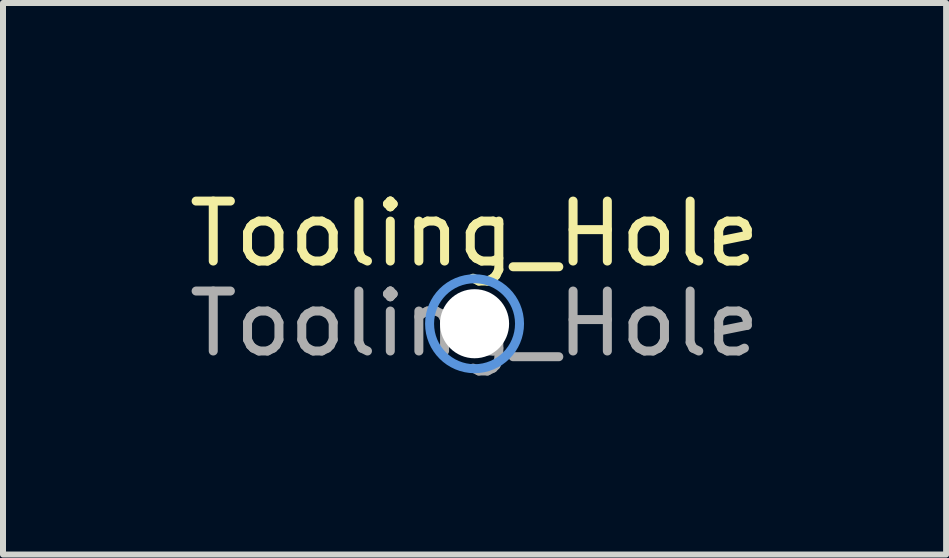
<source format=kicad_pcb>
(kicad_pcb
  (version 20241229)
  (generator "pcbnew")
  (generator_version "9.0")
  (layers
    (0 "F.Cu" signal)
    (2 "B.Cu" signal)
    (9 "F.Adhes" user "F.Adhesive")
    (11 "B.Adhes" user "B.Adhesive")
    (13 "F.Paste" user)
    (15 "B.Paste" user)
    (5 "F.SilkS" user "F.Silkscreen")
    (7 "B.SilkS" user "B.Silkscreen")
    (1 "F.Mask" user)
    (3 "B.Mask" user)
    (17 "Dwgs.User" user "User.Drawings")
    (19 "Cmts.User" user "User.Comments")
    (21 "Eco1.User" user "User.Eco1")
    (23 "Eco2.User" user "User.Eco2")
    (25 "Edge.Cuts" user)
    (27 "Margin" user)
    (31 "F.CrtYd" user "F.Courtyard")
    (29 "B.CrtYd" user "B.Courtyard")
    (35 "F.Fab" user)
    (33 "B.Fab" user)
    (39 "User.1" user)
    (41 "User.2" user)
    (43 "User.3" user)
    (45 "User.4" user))
  (footprint "Tooling_Hole"
    (layer "F.Cu")
    (at 4.863 2.348)
    (property "Reference" "Tooling_Hole" (at 0 -1.5 0) (layer "F.SilkS") (effects (font (size 1 1) (thickness 0.15))))
    (attr board_only exclude_from_pos_files exclude_from_bom)
    (fp_circle (center 0 0) (end 0.75 0) (stroke (width 0.15) (type solid)) (fill no) (layer "Cmts.User"))
    (fp_circle (center 0 0) (end 0.75 0) (stroke (width 0.05) (type solid)) (fill no) (layer "F.CrtYd"))
    (fp_text user "${REFERENCE}" (at 0 0 0) (layer "F.Fab") (effects (font (size 1 1) (thickness 0.15))))
    (pad "" np_thru_hole circle (at 0 0) (size 1.152 1.152) (drill 1.152) (layers "*.Cu" "*.Mask")))
  (gr_rect
    (start -3 -3)
    (end 12.726 6.197)
    (stroke (width 0.1) (type default))
    (fill no)
    (layer "Edge.Cuts")))
</source>
